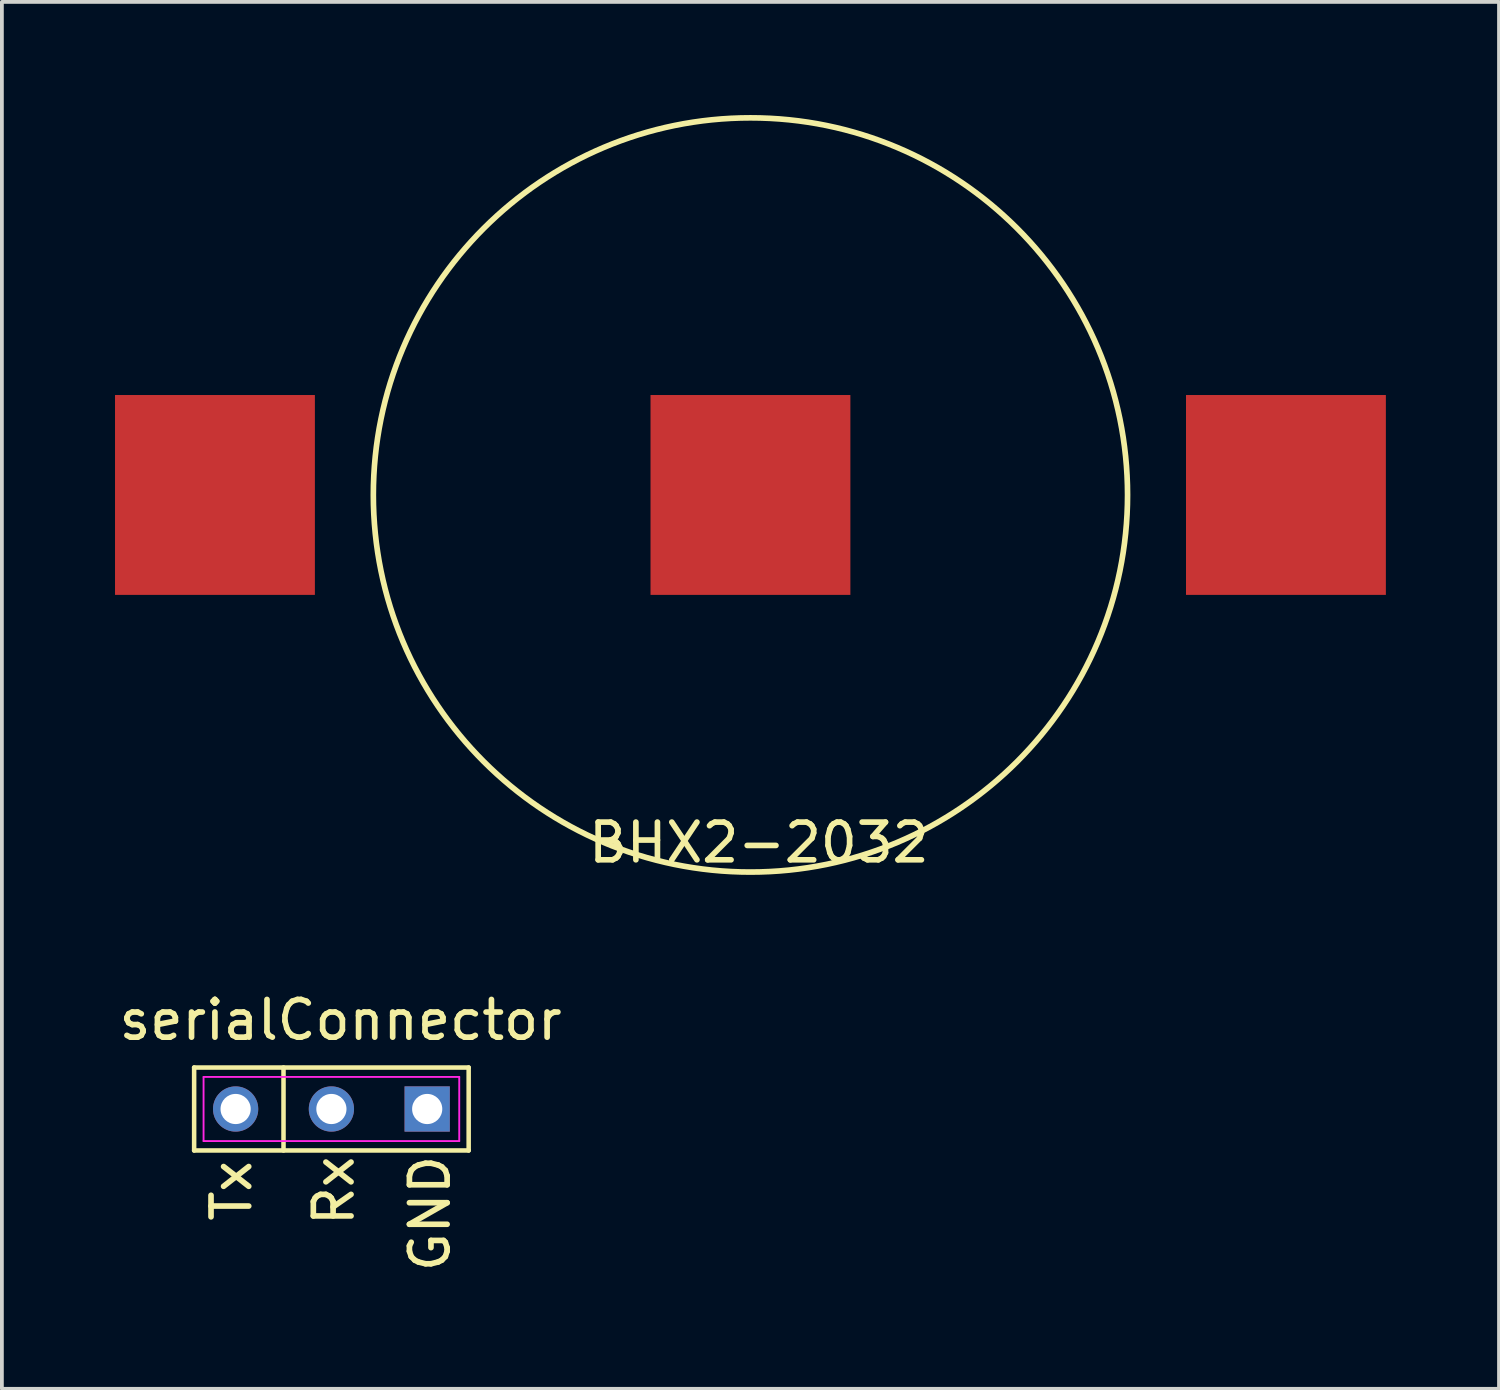
<source format=kicad_pcb>
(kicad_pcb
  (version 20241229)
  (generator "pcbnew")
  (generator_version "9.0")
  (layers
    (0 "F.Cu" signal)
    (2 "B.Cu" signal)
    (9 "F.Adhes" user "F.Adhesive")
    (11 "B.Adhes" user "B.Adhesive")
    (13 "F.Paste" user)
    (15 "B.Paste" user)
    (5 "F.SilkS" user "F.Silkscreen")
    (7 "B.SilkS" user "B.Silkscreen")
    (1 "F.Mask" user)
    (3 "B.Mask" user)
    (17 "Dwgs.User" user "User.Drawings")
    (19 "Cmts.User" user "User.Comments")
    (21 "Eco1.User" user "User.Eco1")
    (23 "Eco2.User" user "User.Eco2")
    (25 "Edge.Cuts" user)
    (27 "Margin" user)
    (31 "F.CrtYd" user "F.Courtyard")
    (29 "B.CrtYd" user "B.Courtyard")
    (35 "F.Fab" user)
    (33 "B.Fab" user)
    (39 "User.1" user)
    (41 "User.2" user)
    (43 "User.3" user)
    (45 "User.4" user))
  (footprint "serialConnector"
    (layer "F.Cu")
    (at 5.738 26.358)
    (property "Reference" "serialConnector" (at 0.244 -2.36 0) (layer "F.SilkS") (effects (font (size 1 1) (thickness 0.15))))
    (attr through_hole)
    (fp_line (start -3.64 -1.1) (end 3.64 -1.1) (stroke (width 0.12) (type solid)) (layer "F.SilkS"))
    (fp_line (start -3.64 1.1) (end -3.64 -1.1) (stroke (width 0.12) (type solid)) (layer "F.SilkS"))
    (fp_line (start -1.27 -1.1) (end -1.27 1.1) (stroke (width 0.12) (type solid)) (layer "F.SilkS"))
    (fp_line (start 3.64 -1.1) (end 3.64 1.1) (stroke (width 0.12) (type solid)) (layer "F.SilkS"))
    (fp_line (start 3.64 1.1) (end -3.64 1.1) (stroke (width 0.12) (type solid)) (layer "F.SilkS"))
    (fp_line (start -3.39 -0.85) (end 3.39 -0.85) (stroke (width 0.05) (type solid)) (layer "F.CrtYd"))
    (fp_line (start -3.39 0.85) (end -3.39 -0.85) (stroke (width 0.05) (type solid)) (layer "F.CrtYd"))
    (fp_line (start 3.39 -0.85) (end 3.39 0.85) (stroke (width 0.05) (type solid)) (layer "F.CrtYd"))
    (fp_line (start 3.39 0.85) (end -3.39 0.85) (stroke (width 0.05) (type solid)) (layer "F.CrtYd"))
    (fp_text user "Tx" (at -2.647 2.169 270) (layer "F.SilkS") (effects (font (size 1 1) (thickness 0.15))))
    (fp_text user "Rx" (at 0.066 2.169 90) (layer "F.SilkS") (effects (font (size 1 1) (thickness 0.15))))
    (fp_text user "GND" (at 2.614 2.771 90) (layer "F.SilkS") (effects (font (size 1 1) (thickness 0.15))))
    (pad "1" thru_hole circle (at -2.54 0) (size 1.2 1.2) (drill 0.8) (layers "*.Cu" "*.Mask"))
    (pad "2" thru_hole circle (at 0 0) (size 1.2 1.2) (drill 0.8) (layers "*.Cu" "*.Mask"))
    (pad "3" thru_hole rect (at 2.54 0) (size 1.2 1.2) (drill 0.8) (layers "*.Cu" "*.Mask")))
  (footprint "BHX2-2032"
    (layer "F.Cu")
    (at 16.85 10.075)
    (property "Reference" "BHX2-2032" (at 0.224 9.22 0) (layer "F.SilkS") (effects (font (size 1 1) (thickness 0.15))))
    (attr through_hole)
    (fp_circle (center 0 0) (end 10 0) (stroke (width 0.15) (type solid)) (fill no) (layer "F.SilkS"))
    (pad "GND" smd rect (at 0 0) (size 5.3 5.3) (layers "F.Cu" "F.Mask" "F.Paste"))
    (pad "VCC" smd rect (at -14.2 0) (size 5.3 5.3) (layers "F.Cu" "F.Mask" "F.Paste"))
    (pad "VCC" smd rect (at 14.2 0) (size 5.3 5.3) (layers "F.Cu" "F.Mask" "F.Paste")))
  (gr_rect
    (start -3 -3)
    (end 36.7 33.778)
    (stroke (width 0.1) (type default))
    (fill no)
    (layer "Edge.Cuts")))
</source>
